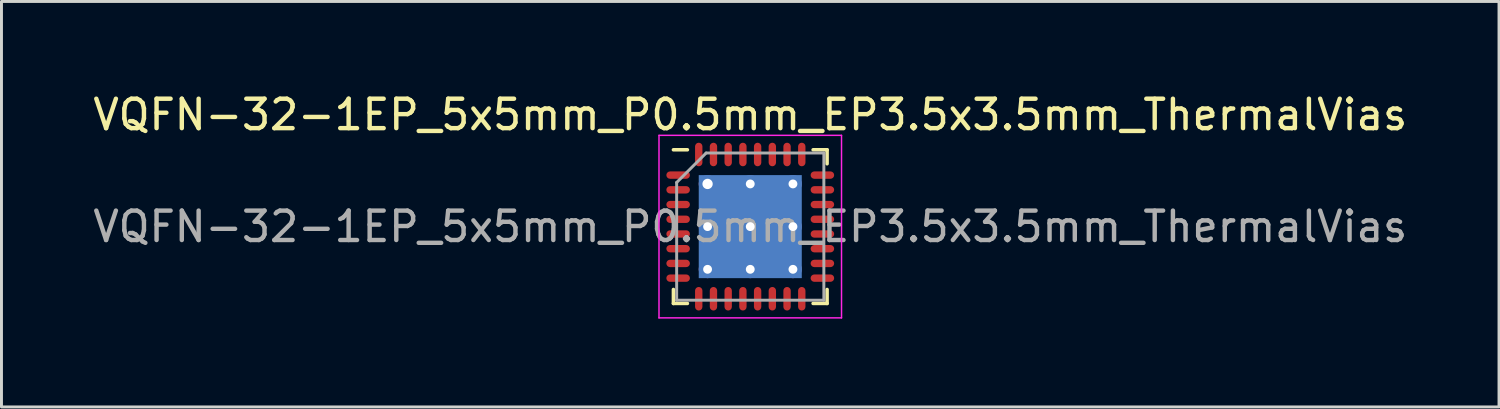
<source format=kicad_pcb>
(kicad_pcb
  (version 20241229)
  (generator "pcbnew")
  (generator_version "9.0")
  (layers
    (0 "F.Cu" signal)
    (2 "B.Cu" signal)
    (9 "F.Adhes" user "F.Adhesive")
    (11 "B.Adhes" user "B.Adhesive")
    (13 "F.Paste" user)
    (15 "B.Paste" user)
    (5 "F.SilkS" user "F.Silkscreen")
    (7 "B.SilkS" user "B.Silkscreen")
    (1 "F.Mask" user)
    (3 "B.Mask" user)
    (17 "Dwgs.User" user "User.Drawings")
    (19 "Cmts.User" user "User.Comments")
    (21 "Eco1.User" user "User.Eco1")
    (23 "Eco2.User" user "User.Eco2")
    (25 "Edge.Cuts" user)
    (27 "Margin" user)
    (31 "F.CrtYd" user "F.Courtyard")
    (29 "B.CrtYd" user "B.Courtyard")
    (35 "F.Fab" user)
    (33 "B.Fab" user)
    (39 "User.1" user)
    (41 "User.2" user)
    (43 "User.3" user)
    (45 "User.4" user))
  (footprint "VQFN-32-1EP_5x5mm_P0.5mm_EP3.5x3.5mm_ThermalVias"
    (layer "F.Cu")
    (at 22.435 4.648)
    (property "Reference" "VQFN-32-1EP_5x5mm_P0.5mm_EP3.5x3.5mm_ThermalVias" (at 0 -3.8 0) (layer "F.SilkS") (effects (font (size 1 1) (thickness 0.15))))
    (attr smd)
    (fp_line (start -2.61 2.61) (end -2.61 2.135) (stroke (width 0.12) (type solid)) (layer "F.SilkS"))
    (fp_line (start -2.135 -2.61) (end -2.61 -2.61) (stroke (width 0.12) (type solid)) (layer "F.SilkS"))
    (fp_line (start -2.135 2.61) (end -2.61 2.61) (stroke (width 0.12) (type solid)) (layer "F.SilkS"))
    (fp_line (start 2.135 -2.61) (end 2.61 -2.61) (stroke (width 0.12) (type solid)) (layer "F.SilkS"))
    (fp_line (start 2.135 2.61) (end 2.61 2.61) (stroke (width 0.12) (type solid)) (layer "F.SilkS"))
    (fp_line (start 2.61 -2.61) (end 2.61 -2.135) (stroke (width 0.12) (type solid)) (layer "F.SilkS"))
    (fp_line (start 2.61 2.61) (end 2.61 2.135) (stroke (width 0.12) (type solid)) (layer "F.SilkS"))
    (fp_line (start -3.1 -3.1) (end -3.1 3.1) (stroke (width 0.05) (type solid)) (layer "F.CrtYd"))
    (fp_line (start -3.1 3.1) (end 3.1 3.1) (stroke (width 0.05) (type solid)) (layer "F.CrtYd"))
    (fp_line (start 3.1 -3.1) (end -3.1 -3.1) (stroke (width 0.05) (type solid)) (layer "F.CrtYd"))
    (fp_line (start 3.1 3.1) (end 3.1 -3.1) (stroke (width 0.05) (type solid)) (layer "F.CrtYd"))
    (fp_line (start -2.5 -1.5) (end -1.5 -2.5) (stroke (width 0.1) (type solid)) (layer "F.Fab"))
    (fp_line (start -2.5 2.5) (end -2.5 -1.5) (stroke (width 0.1) (type solid)) (layer "F.Fab"))
    (fp_line (start -1.5 -2.5) (end 2.5 -2.5) (stroke (width 0.1) (type solid)) (layer "F.Fab"))
    (fp_line (start 2.5 -2.5) (end 2.5 2.5) (stroke (width 0.1) (type solid)) (layer "F.Fab"))
    (fp_line (start 2.5 2.5) (end -2.5 2.5) (stroke (width 0.1) (type solid)) (layer "F.Fab"))
    (fp_text user "${REFERENCE}" (at 0 0 0) (layer "F.Fab") (effects (font (size 1 1) (thickness 0.15))))
    (pad "" smd roundrect (at -0.875 -0.875) (size 1.46 1.46) (layers "F.Paste") (roundrect_rratio 0.171))
    (pad "" smd roundrect (at -0.875 0.875) (size 1.46 1.46) (layers "F.Paste") (roundrect_rratio 0.171))
    (pad "" smd roundrect (at 0.875 -0.875) (size 1.46 1.46) (layers "F.Paste") (roundrect_rratio 0.171))
    (pad "" smd roundrect (at 0.875 0.875) (size 1.46 1.46) (layers "F.Paste") (roundrect_rratio 0.171))
    (pad "1" smd roundrect (at -2.45 -1.75) (size 0.8 0.25) (layers "F.Cu" "F.Mask" "F.Paste") (roundrect_rratio 0.5))
    (pad "2" smd roundrect (at -2.45 -1.25) (size 0.8 0.25) (layers "F.Cu" "F.Mask" "F.Paste") (roundrect_rratio 0.5))
    (pad "3" smd roundrect (at -2.45 -0.75) (size 0.8 0.25) (layers "F.Cu" "F.Mask" "F.Paste") (roundrect_rratio 0.5))
    (pad "4" smd roundrect (at -2.45 -0.25) (size 0.8 0.25) (layers "F.Cu" "F.Mask" "F.Paste") (roundrect_rratio 0.5))
    (pad "5" smd roundrect (at -2.45 0.25) (size 0.8 0.25) (layers "F.Cu" "F.Mask" "F.Paste") (roundrect_rratio 0.5))
    (pad "6" smd roundrect (at -2.45 0.75) (size 0.8 0.25) (layers "F.Cu" "F.Mask" "F.Paste") (roundrect_rratio 0.5))
    (pad "7" smd roundrect (at -2.45 1.25) (size 0.8 0.25) (layers "F.Cu" "F.Mask" "F.Paste") (roundrect_rratio 0.5))
    (pad "8" smd roundrect (at -2.45 1.75) (size 0.8 0.25) (layers "F.Cu" "F.Mask" "F.Paste") (roundrect_rratio 0.5))
    (pad "9" smd roundrect (at -1.75 2.45) (size 0.25 0.8) (layers "F.Cu" "F.Mask" "F.Paste") (roundrect_rratio 0.5))
    (pad "10" smd roundrect (at -1.25 2.45) (size 0.25 0.8) (layers "F.Cu" "F.Mask" "F.Paste") (roundrect_rratio 0.5))
    (pad "11" smd roundrect (at -0.75 2.45) (size 0.25 0.8) (layers "F.Cu" "F.Mask" "F.Paste") (roundrect_rratio 0.5))
    (pad "12" smd roundrect (at -0.25 2.45) (size 0.25 0.8) (layers "F.Cu" "F.Mask" "F.Paste") (roundrect_rratio 0.5))
    (pad "13" smd roundrect (at 0.25 2.45) (size 0.25 0.8) (layers "F.Cu" "F.Mask" "F.Paste") (roundrect_rratio 0.5))
    (pad "14" smd roundrect (at 0.75 2.45) (size 0.25 0.8) (layers "F.Cu" "F.Mask" "F.Paste") (roundrect_rratio 0.5))
    (pad "15" smd roundrect (at 1.25 2.45) (size 0.25 0.8) (layers "F.Cu" "F.Mask" "F.Paste") (roundrect_rratio 0.5))
    (pad "16" smd roundrect (at 1.75 2.45) (size 0.25 0.8) (layers "F.Cu" "F.Mask" "F.Paste") (roundrect_rratio 0.5))
    (pad "17" smd roundrect (at 2.45 1.75) (size 0.8 0.25) (layers "F.Cu" "F.Mask" "F.Paste") (roundrect_rratio 0.5))
    (pad "18" smd roundrect (at 2.45 1.25) (size 0.8 0.25) (layers "F.Cu" "F.Mask" "F.Paste") (roundrect_rratio 0.5))
    (pad "19" smd roundrect (at 2.45 0.75) (size 0.8 0.25) (layers "F.Cu" "F.Mask" "F.Paste") (roundrect_rratio 0.5))
    (pad "20" smd roundrect (at 2.45 0.25) (size 0.8 0.25) (layers "F.Cu" "F.Mask" "F.Paste") (roundrect_rratio 0.5))
    (pad "21" smd roundrect (at 2.45 -0.25) (size 0.8 0.25) (layers "F.Cu" "F.Mask" "F.Paste") (roundrect_rratio 0.5))
    (pad "22" smd roundrect (at 2.45 -0.75) (size 0.8 0.25) (layers "F.Cu" "F.Mask" "F.Paste") (roundrect_rratio 0.5))
    (pad "23" smd roundrect (at 2.45 -1.25) (size 0.8 0.25) (layers "F.Cu" "F.Mask" "F.Paste") (roundrect_rratio 0.5))
    (pad "24" smd roundrect (at 2.45 -1.75) (size 0.8 0.25) (layers "F.Cu" "F.Mask" "F.Paste") (roundrect_rratio 0.5))
    (pad "25" smd roundrect (at 1.75 -2.45) (size 0.25 0.8) (layers "F.Cu" "F.Mask" "F.Paste") (roundrect_rratio 0.5))
    (pad "26" smd roundrect (at 1.25 -2.45) (size 0.25 0.8) (layers "F.Cu" "F.Mask" "F.Paste") (roundrect_rratio 0.5))
    (pad "27" smd roundrect (at 0.75 -2.45) (size 0.25 0.8) (layers "F.Cu" "F.Mask" "F.Paste") (roundrect_rratio 0.5))
    (pad "28" smd roundrect (at 0.25 -2.45) (size 0.25 0.8) (layers "F.Cu" "F.Mask" "F.Paste") (roundrect_rratio 0.5))
    (pad "29" smd roundrect (at -0.25 -2.45) (size 0.25 0.8) (layers "F.Cu" "F.Mask" "F.Paste") (roundrect_rratio 0.5))
    (pad "30" smd roundrect (at -0.75 -2.45) (size 0.25 0.8) (layers "F.Cu" "F.Mask" "F.Paste") (roundrect_rratio 0.5))
    (pad "31" smd roundrect (at -1.25 -2.45) (size 0.25 0.8) (layers "F.Cu" "F.Mask" "F.Paste") (roundrect_rratio 0.5))
    (pad "32" smd roundrect (at -1.75 -2.45) (size 0.25 0.8) (layers "F.Cu" "F.Mask" "F.Paste") (roundrect_rratio 0.5))
    (pad "33" thru_hole circle (at -1.45 -1.45) (size 0.6 0.6) (drill 0.35) (layers "*.Cu"))
    (pad "33" thru_hole circle (at -1.45 0) (size 0.6 0.6) (drill 0.3) (layers "*.Cu"))
    (pad "33" thru_hole circle (at -1.45 1.45) (size 0.6 0.6) (drill 0.3) (layers "*.Cu"))
    (pad "33" thru_hole circle (at 0 -1.45) (size 0.6 0.6) (drill 0.3) (layers "*.Cu"))
    (pad "33" thru_hole circle (at 0 0) (size 0.6 0.6) (drill 0.3) (layers "*.Cu"))
    (pad "33" smd rect (at 0 0) (size 3.5 3.5) (layers "B.Cu"))
    (pad "33" thru_hole circle (at 0 1.45) (size 0.6 0.6) (drill 0.3) (layers "*.Cu"))
    (pad "33" thru_hole circle (at 1.45 -1.45) (size 0.6 0.6) (drill 0.3) (layers "*.Cu"))
    (pad "33" thru_hole circle (at 1.45 0) (size 0.6 0.6) (drill 0.3) (layers "*.Cu"))
    (pad "33" thru_hole circle (at 1.45 1.45) (size 0.6 0.6) (drill 0.3) (layers "*.Cu")))
  (gr_rect
    (start -3 -3)
    (end 47.869 10.773)
    (stroke (width 0.1) (type default))
    (fill no)
    (layer "Edge.Cuts")))
</source>
